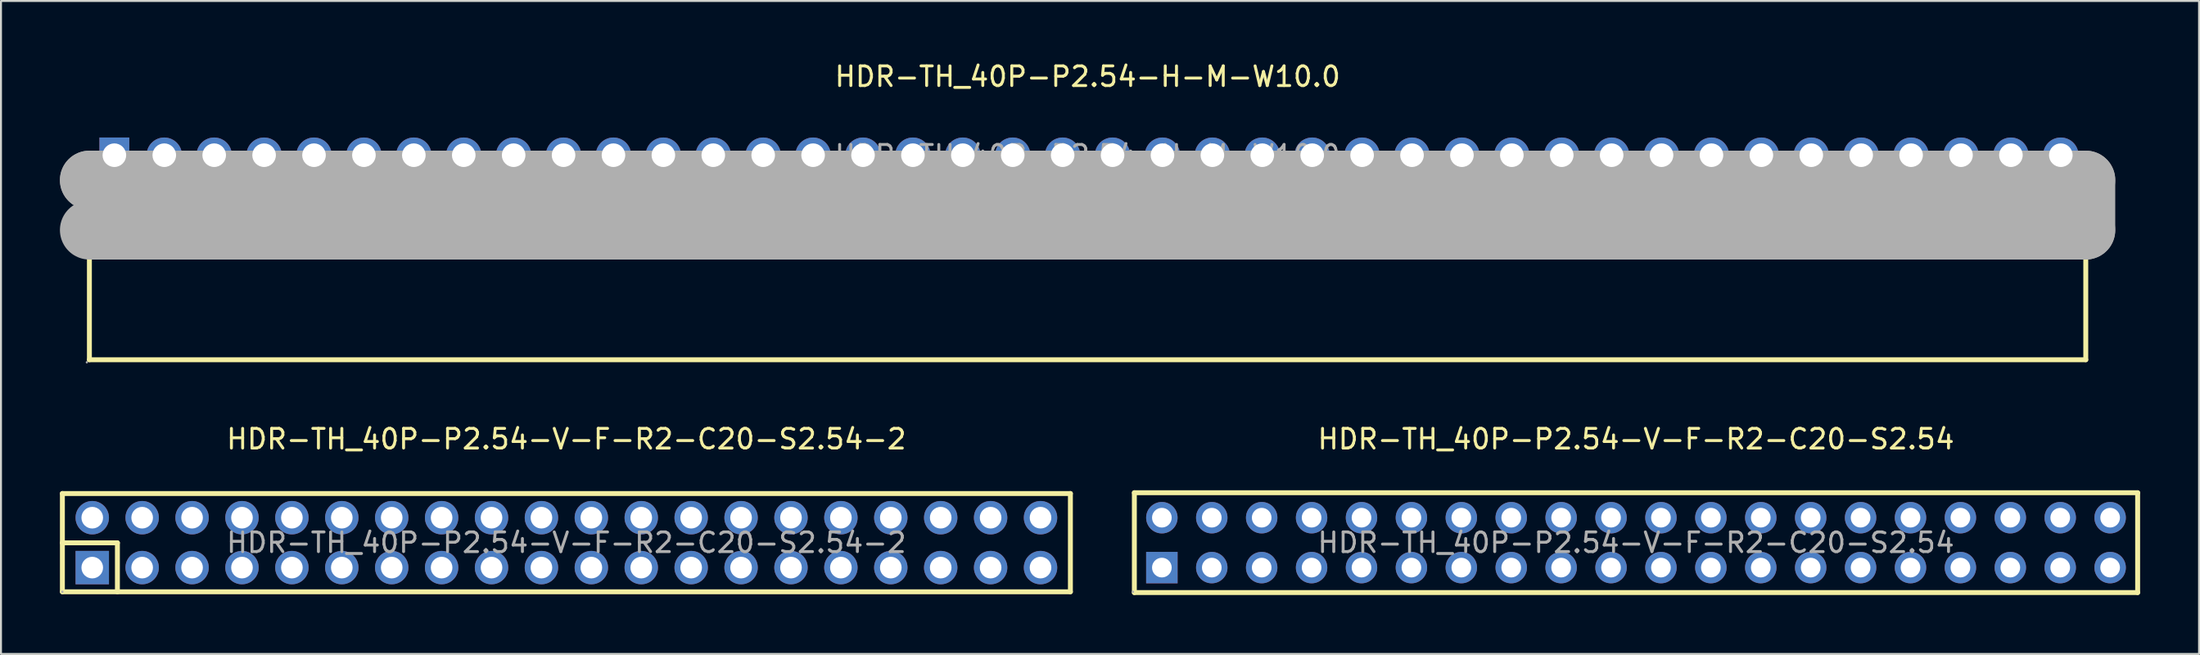
<source format=kicad_pcb>
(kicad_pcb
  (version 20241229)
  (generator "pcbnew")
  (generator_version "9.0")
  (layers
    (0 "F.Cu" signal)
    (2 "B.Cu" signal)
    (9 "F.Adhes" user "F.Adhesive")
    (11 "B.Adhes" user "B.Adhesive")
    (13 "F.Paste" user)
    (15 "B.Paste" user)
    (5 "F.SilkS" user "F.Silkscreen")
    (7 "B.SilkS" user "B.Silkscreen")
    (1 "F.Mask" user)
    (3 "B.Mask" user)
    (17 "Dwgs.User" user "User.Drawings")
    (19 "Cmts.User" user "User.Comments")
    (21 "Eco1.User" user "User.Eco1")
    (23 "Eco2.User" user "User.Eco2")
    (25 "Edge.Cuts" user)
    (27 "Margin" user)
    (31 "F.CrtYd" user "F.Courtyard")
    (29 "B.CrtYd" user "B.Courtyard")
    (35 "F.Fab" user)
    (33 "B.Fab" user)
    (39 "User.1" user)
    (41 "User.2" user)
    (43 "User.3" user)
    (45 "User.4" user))
  (footprint "HDR-TH_40P-P2.54-V-F-R2-C20-S2.54-2"
    (layer "F.Cu")
    (at 25.775 24.567)
    (property "Reference" "HDR-TH_40P-P2.54-V-F-R2-C20-S2.54-2" (at 0 -5.27 0) (layer "F.SilkS") (effects (font (size 1 1) (thickness 0.15))))
    (attr through_hole)
    (fp_line (start -25.65 -2.5) (end -25.65 2.5) (stroke (width 0.25) (type solid)) (layer "F.SilkS"))
    (fp_line (start -25.65 0.01) (end -22.85 0.01) (stroke (width 0.25) (type solid)) (layer "F.SilkS"))
    (fp_line (start -25.65 2.5) (end 25.65 2.5) (stroke (width 0.25) (type solid)) (layer "F.SilkS"))
    (fp_line (start -22.85 0.01) (end -22.85 2.5) (stroke (width 0.25) (type solid)) (layer "F.SilkS"))
    (fp_line (start 25.65 -2.5) (end -25.65 -2.5) (stroke (width 0.25) (type solid)) (layer "F.SilkS"))
    (fp_line (start 25.65 2.5) (end 25.65 -2.5) (stroke (width 0.25) (type solid)) (layer "F.SilkS"))
    (fp_circle (center -25.65 2.5) (end -25.62 2.5) (stroke (width 0.06) (type solid)) (fill no) (layer "F.Fab"))
    (fp_text user "${REFERENCE}" (at 0 0 0) (layer "F.Fab") (effects (font (size 1 1) (thickness 0.15))))
    (pad "1" thru_hole rect (at -24.13 1.27) (size 1.7 1.7) (drill 1.1) (layers "*.Cu" "*.Paste" "*.Mask"))
    (pad "2" thru_hole circle (at -24.13 -1.27) (size 1.7 1.7) (drill 1.1) (layers "*.Cu" "*.Paste" "*.Mask"))
    (pad "3" thru_hole circle (at -21.59 1.27) (size 1.7 1.7) (drill 1.1) (layers "*.Cu" "*.Paste" "*.Mask"))
    (pad "4" thru_hole circle (at -21.59 -1.27) (size 1.7 1.7) (drill 1.1) (layers "*.Cu" "*.Paste" "*.Mask"))
    (pad "5" thru_hole circle (at -19.05 1.27) (size 1.7 1.7) (drill 1.1) (layers "*.Cu" "*.Paste" "*.Mask"))
    (pad "6" thru_hole circle (at -19.05 -1.27) (size 1.7 1.7) (drill 1.1) (layers "*.Cu" "*.Paste" "*.Mask"))
    (pad "7" thru_hole circle (at -16.51 1.27) (size 1.7 1.7) (drill 1.1) (layers "*.Cu" "*.Paste" "*.Mask"))
    (pad "8" thru_hole circle (at -16.51 -1.27) (size 1.7 1.7) (drill 1.1) (layers "*.Cu" "*.Paste" "*.Mask"))
    (pad "9" thru_hole circle (at -13.97 1.27) (size 1.7 1.7) (drill 1.1) (layers "*.Cu" "*.Paste" "*.Mask"))
    (pad "10" thru_hole circle (at -13.97 -1.27) (size 1.7 1.7) (drill 1.1) (layers "*.Cu" "*.Paste" "*.Mask"))
    (pad "11" thru_hole circle (at -11.43 1.27) (size 1.7 1.7) (drill 1.1) (layers "*.Cu" "*.Paste" "*.Mask"))
    (pad "12" thru_hole circle (at -11.43 -1.27) (size 1.7 1.7) (drill 1.1) (layers "*.Cu" "*.Paste" "*.Mask"))
    (pad "13" thru_hole circle (at -8.89 1.27) (size 1.7 1.7) (drill 1.1) (layers "*.Cu" "*.Paste" "*.Mask"))
    (pad "14" thru_hole circle (at -8.89 -1.27) (size 1.7 1.7) (drill 1.1) (layers "*.Cu" "*.Paste" "*.Mask"))
    (pad "15" thru_hole circle (at -6.35 1.27) (size 1.7 1.7) (drill 1.1) (layers "*.Cu" "*.Paste" "*.Mask"))
    (pad "16" thru_hole circle (at -6.35 -1.27) (size 1.7 1.7) (drill 1.1) (layers "*.Cu" "*.Paste" "*.Mask"))
    (pad "17" thru_hole circle (at -3.81 1.27) (size 1.7 1.7) (drill 1.1) (layers "*.Cu" "*.Paste" "*.Mask"))
    (pad "18" thru_hole circle (at -3.81 -1.27) (size 1.7 1.7) (drill 1.1) (layers "*.Cu" "*.Paste" "*.Mask"))
    (pad "19" thru_hole circle (at -1.27 1.27) (size 1.7 1.7) (drill 1.1) (layers "*.Cu" "*.Paste" "*.Mask"))
    (pad "20" thru_hole circle (at -1.27 -1.27) (size 1.7 1.7) (drill 1.1) (layers "*.Cu" "*.Paste" "*.Mask"))
    (pad "21" thru_hole circle (at 1.27 1.27) (size 1.7 1.7) (drill 1.1) (layers "*.Cu" "*.Paste" "*.Mask"))
    (pad "22" thru_hole circle (at 1.27 -1.27) (size 1.7 1.7) (drill 1.1) (layers "*.Cu" "*.Paste" "*.Mask"))
    (pad "23" thru_hole circle (at 3.81 1.27) (size 1.7 1.7) (drill 1.1) (layers "*.Cu" "*.Paste" "*.Mask"))
    (pad "24" thru_hole circle (at 3.81 -1.27) (size 1.7 1.7) (drill 1.1) (layers "*.Cu" "*.Paste" "*.Mask"))
    (pad "25" thru_hole circle (at 6.35 1.27) (size 1.7 1.7) (drill 1.1) (layers "*.Cu" "*.Paste" "*.Mask"))
    (pad "26" thru_hole circle (at 6.35 -1.27) (size 1.7 1.7) (drill 1.1) (layers "*.Cu" "*.Paste" "*.Mask"))
    (pad "27" thru_hole circle (at 8.89 1.27) (size 1.7 1.7) (drill 1.1) (layers "*.Cu" "*.Paste" "*.Mask"))
    (pad "28" thru_hole circle (at 8.89 -1.27) (size 1.7 1.7) (drill 1.1) (layers "*.Cu" "*.Paste" "*.Mask"))
    (pad "29" thru_hole circle (at 11.43 1.27) (size 1.7 1.7) (drill 1.1) (layers "*.Cu" "*.Paste" "*.Mask"))
    (pad "30" thru_hole circle (at 11.43 -1.27) (size 1.7 1.7) (drill 1.1) (layers "*.Cu" "*.Paste" "*.Mask"))
    (pad "31" thru_hole circle (at 13.97 1.27) (size 1.7 1.7) (drill 1.1) (layers "*.Cu" "*.Paste" "*.Mask"))
    (pad "32" thru_hole circle (at 13.97 -1.27) (size 1.7 1.7) (drill 1.1) (layers "*.Cu" "*.Paste" "*.Mask"))
    (pad "33" thru_hole circle (at 16.51 1.27) (size 1.7 1.7) (drill 1.1) (layers "*.Cu" "*.Paste" "*.Mask"))
    (pad "34" thru_hole circle (at 16.51 -1.27) (size 1.7 1.7) (drill 1.1) (layers "*.Cu" "*.Paste" "*.Mask"))
    (pad "35" thru_hole circle (at 19.05 1.27) (size 1.7 1.7) (drill 1.1) (layers "*.Cu" "*.Paste" "*.Mask"))
    (pad "36" thru_hole circle (at 19.05 -1.27) (size 1.7 1.7) (drill 1.1) (layers "*.Cu" "*.Paste" "*.Mask"))
    (pad "37" thru_hole circle (at 21.59 1.27) (size 1.7 1.7) (drill 1.1) (layers "*.Cu" "*.Paste" "*.Mask"))
    (pad "38" thru_hole circle (at 21.59 -1.27) (size 1.7 1.7) (drill 1.1) (layers "*.Cu" "*.Paste" "*.Mask"))
    (pad "39" thru_hole circle (at 24.13 1.27) (size 1.7 1.7) (drill 1.1) (layers "*.Cu" "*.Paste" "*.Mask"))
    (pad "40" thru_hole circle (at 24.13 -1.27) (size 1.7 1.7) (drill 1.1) (layers "*.Cu" "*.Paste" "*.Mask")))
  (footprint "HDR-TH_40P-P2.54-V-F-R2-C20-S2.54"
    (layer "F.Cu")
    (at 80.21 24.567)
    (property "Reference" "HDR-TH_40P-P2.54-V-F-R2-C20-S2.54" (at 0 -5.27 0) (layer "F.SilkS") (effects (font (size 1 1) (thickness 0.15))))
    (attr through_hole)
    (fp_line (start -25.53 -2.54) (end -25.53 2.54) (stroke (width 0.25) (type solid)) (layer "F.SilkS"))
    (fp_line (start -25.53 -2.54) (end 25.53 -2.54) (stroke (width 0.25) (type solid)) (layer "F.SilkS"))
    (fp_line (start -25.53 2.54) (end 25.53 2.54) (stroke (width 0.25) (type solid)) (layer "F.SilkS"))
    (fp_line (start 25.53 -2.54) (end 25.53 2.54) (stroke (width 0.25) (type solid)) (layer "F.SilkS"))
    (fp_circle (center -25.6 2.5) (end -25.57 2.5) (stroke (width 0.06) (type solid)) (fill no) (layer "F.Fab"))
    (fp_text user "${REFERENCE}" (at 0 0 0) (layer "F.Fab") (effects (font (size 1 1) (thickness 0.15))))
    (pad "1" thru_hole rect (at -24.13 1.27) (size 1.6 1.6) (drill 1) (layers "*.Cu" "*.Paste" "*.Mask"))
    (pad "2" thru_hole circle (at -24.13 -1.27) (size 1.6 1.6) (drill 1) (layers "*.Cu" "*.Paste" "*.Mask"))
    (pad "3" thru_hole circle (at -21.59 1.27) (size 1.6 1.6) (drill 1) (layers "*.Cu" "*.Paste" "*.Mask"))
    (pad "4" thru_hole circle (at -21.59 -1.27) (size 1.6 1.6) (drill 1) (layers "*.Cu" "*.Paste" "*.Mask"))
    (pad "5" thru_hole circle (at -19.05 1.27) (size 1.6 1.6) (drill 1) (layers "*.Cu" "*.Paste" "*.Mask"))
    (pad "6" thru_hole circle (at -19.05 -1.27) (size 1.6 1.6) (drill 1) (layers "*.Cu" "*.Paste" "*.Mask"))
    (pad "7" thru_hole circle (at -16.51 1.27) (size 1.6 1.6) (drill 1) (layers "*.Cu" "*.Paste" "*.Mask"))
    (pad "8" thru_hole circle (at -16.51 -1.27) (size 1.6 1.6) (drill 1) (layers "*.Cu" "*.Paste" "*.Mask"))
    (pad "9" thru_hole circle (at -13.97 1.27) (size 1.6 1.6) (drill 1) (layers "*.Cu" "*.Paste" "*.Mask"))
    (pad "10" thru_hole circle (at -13.97 -1.27) (size 1.6 1.6) (drill 1) (layers "*.Cu" "*.Paste" "*.Mask"))
    (pad "11" thru_hole circle (at -11.43 1.27) (size 1.6 1.6) (drill 1) (layers "*.Cu" "*.Paste" "*.Mask"))
    (pad "12" thru_hole circle (at -11.43 -1.27) (size 1.6 1.6) (drill 1) (layers "*.Cu" "*.Paste" "*.Mask"))
    (pad "13" thru_hole circle (at -8.89 1.27) (size 1.6 1.6) (drill 1) (layers "*.Cu" "*.Paste" "*.Mask"))
    (pad "14" thru_hole circle (at -8.89 -1.27) (size 1.6 1.6) (drill 1) (layers "*.Cu" "*.Paste" "*.Mask"))
    (pad "15" thru_hole circle (at -6.35 1.27) (size 1.6 1.6) (drill 1) (layers "*.Cu" "*.Paste" "*.Mask"))
    (pad "16" thru_hole circle (at -6.35 -1.27) (size 1.6 1.6) (drill 1) (layers "*.Cu" "*.Paste" "*.Mask"))
    (pad "17" thru_hole circle (at -3.81 1.27) (size 1.6 1.6) (drill 1) (layers "*.Cu" "*.Paste" "*.Mask"))
    (pad "18" thru_hole circle (at -3.81 -1.27) (size 1.6 1.6) (drill 1) (layers "*.Cu" "*.Paste" "*.Mask"))
    (pad "19" thru_hole circle (at -1.27 1.27) (size 1.6 1.6) (drill 1) (layers "*.Cu" "*.Paste" "*.Mask"))
    (pad "20" thru_hole circle (at -1.27 -1.27) (size 1.6 1.6) (drill 1) (layers "*.Cu" "*.Paste" "*.Mask"))
    (pad "21" thru_hole circle (at 1.27 1.27) (size 1.6 1.6) (drill 1) (layers "*.Cu" "*.Paste" "*.Mask"))
    (pad "22" thru_hole circle (at 1.27 -1.27) (size 1.6 1.6) (drill 1) (layers "*.Cu" "*.Paste" "*.Mask"))
    (pad "23" thru_hole circle (at 3.81 1.27) (size 1.6 1.6) (drill 1) (layers "*.Cu" "*.Paste" "*.Mask"))
    (pad "24" thru_hole circle (at 3.81 -1.27) (size 1.6 1.6) (drill 1) (layers "*.Cu" "*.Paste" "*.Mask"))
    (pad "25" thru_hole circle (at 6.35 1.27) (size 1.6 1.6) (drill 1) (layers "*.Cu" "*.Paste" "*.Mask"))
    (pad "26" thru_hole circle (at 6.35 -1.27) (size 1.6 1.6) (drill 1) (layers "*.Cu" "*.Paste" "*.Mask"))
    (pad "27" thru_hole circle (at 8.89 1.27) (size 1.6 1.6) (drill 1) (layers "*.Cu" "*.Paste" "*.Mask"))
    (pad "28" thru_hole circle (at 8.89 -1.27) (size 1.6 1.6) (drill 1) (layers "*.Cu" "*.Paste" "*.Mask"))
    (pad "29" thru_hole circle (at 11.43 1.27) (size 1.6 1.6) (drill 1) (layers "*.Cu" "*.Paste" "*.Mask"))
    (pad "30" thru_hole circle (at 11.43 -1.27) (size 1.6 1.6) (drill 1) (layers "*.Cu" "*.Paste" "*.Mask"))
    (pad "31" thru_hole circle (at 13.97 1.27) (size 1.6 1.6) (drill 1) (layers "*.Cu" "*.Paste" "*.Mask"))
    (pad "32" thru_hole circle (at 13.97 -1.27) (size 1.6 1.6) (drill 1) (layers "*.Cu" "*.Paste" "*.Mask"))
    (pad "33" thru_hole circle (at 16.51 1.27) (size 1.6 1.6) (drill 1) (layers "*.Cu" "*.Paste" "*.Mask"))
    (pad "34" thru_hole circle (at 16.51 -1.27) (size 1.6 1.6) (drill 1) (layers "*.Cu" "*.Paste" "*.Mask"))
    (pad "35" thru_hole circle (at 19.05 1.27) (size 1.6 1.6) (drill 1) (layers "*.Cu" "*.Paste" "*.Mask"))
    (pad "36" thru_hole circle (at 19.05 -1.27) (size 1.6 1.6) (drill 1) (layers "*.Cu" "*.Paste" "*.Mask"))
    (pad "37" thru_hole circle (at 21.59 1.27) (size 1.6 1.6) (drill 1) (layers "*.Cu" "*.Paste" "*.Mask"))
    (pad "38" thru_hole circle (at 21.59 -1.27) (size 1.6 1.6) (drill 1) (layers "*.Cu" "*.Paste" "*.Mask"))
    (pad "39" thru_hole circle (at 24.13 1.27) (size 1.6 1.6) (drill 1) (layers "*.Cu" "*.Paste" "*.Mask"))
    (pad "40" thru_hole circle (at 24.13 -1.27) (size 1.6 1.6) (drill 1) (layers "*.Cu" "*.Paste" "*.Mask")))
  (footprint "HDR-TH_40P-P2.54-H-M-W10.0"
    (layer "F.Cu")
    (at 52.3 4.848)
    (property "Reference" "HDR-TH_40P-P2.54-H-M-W10.0" (at 0 -4 0) (layer "F.SilkS") (effects (font (size 1 1) (thickness 0.15))))
    (attr through_hole)
    (fp_line (start -50.8 1.27) (end 50.8 1.27) (stroke (width 0.25) (type solid)) (layer "F.SilkS"))
    (fp_line (start -50.8 10.41) (end -50.8 1.27) (stroke (width 0.25) (type solid)) (layer "F.SilkS"))
    (fp_line (start 50.8 1.27) (end 50.8 10.41) (stroke (width 0.25) (type solid)) (layer "F.SilkS"))
    (fp_line (start 50.8 10.41) (end -50.8 10.41) (stroke (width 0.25) (type solid)) (layer "F.SilkS"))
    (fp_line (start -50.8 1.27) (end -50.8 1.27) (stroke (width 3) (type solid)) (layer "F.Fab"))
    (fp_line (start -50.8 1.27) (end 50.8 1.27) (stroke (width 3) (type solid)) (layer "F.Fab"))
    (fp_line (start 50.8 1.27) (end 50.8 3.81) (stroke (width 3) (type solid)) (layer "F.Fab"))
    (fp_line (start 50.8 3.81) (end -50.8 3.81) (stroke (width 3) (type solid)) (layer "F.Fab"))
    (fp_circle (center -50.93 10.54) (end -50.9 10.54) (stroke (width 0.06) (type solid)) (fill no) (layer "F.Fab"))
    (fp_circle (center -49.53 0) (end -49.28 0) (stroke (width 0.5) (type solid)) (fill no) (layer "F.Fab"))
    (fp_circle (center -46.99 0) (end -46.74 0) (stroke (width 0.5) (type solid)) (fill no) (layer "F.Fab"))
    (fp_circle (center -44.45 0) (end -44.2 0) (stroke (width 0.5) (type solid)) (fill no) (layer "F.Fab"))
    (fp_circle (center -41.91 0) (end -41.66 0) (stroke (width 0.5) (type solid)) (fill no) (layer "F.Fab"))
    (fp_circle (center -39.37 0) (end -39.12 0) (stroke (width 0.5) (type solid)) (fill no) (layer "F.Fab"))
    (fp_circle (center -36.83 0) (end -36.58 0) (stroke (width 0.5) (type solid)) (fill no) (layer "F.Fab"))
    (fp_circle (center -34.29 0) (end -34.04 0) (stroke (width 0.5) (type solid)) (fill no) (layer "F.Fab"))
    (fp_circle (center -31.75 0) (end -31.5 0) (stroke (width 0.5) (type solid)) (fill no) (layer "F.Fab"))
    (fp_circle (center -29.21 0) (end -28.96 0) (stroke (width 0.5) (type solid)) (fill no) (layer "F.Fab"))
    (fp_circle (center -26.67 0) (end -26.42 0) (stroke (width 0.5) (type solid)) (fill no) (layer "F.Fab"))
    (fp_circle (center -24.13 0) (end -23.88 0) (stroke (width 0.5) (type solid)) (fill no) (layer "F.Fab"))
    (fp_circle (center -21.59 0) (end -21.34 0) (stroke (width 0.5) (type solid)) (fill no) (layer "F.Fab"))
    (fp_circle (center -19.05 0) (end -18.8 0) (stroke (width 0.5) (type solid)) (fill no) (layer "F.Fab"))
    (fp_circle (center -16.51 0) (end -16.26 0) (stroke (width 0.5) (type solid)) (fill no) (layer "F.Fab"))
    (fp_circle (center -13.97 0) (end -13.72 0) (stroke (width 0.5) (type solid)) (fill no) (layer "F.Fab"))
    (fp_circle (center -11.43 0) (end -11.18 0) (stroke (width 0.5) (type solid)) (fill no) (layer "F.Fab"))
    (fp_circle (center -8.89 0) (end -8.64 0) (stroke (width 0.5) (type solid)) (fill no) (layer "F.Fab"))
    (fp_circle (center -6.35 0) (end -6.1 0) (stroke (width 0.5) (type solid)) (fill no) (layer "F.Fab"))
    (fp_circle (center -3.81 0) (end -3.56 0) (stroke (width 0.5) (type solid)) (fill no) (layer "F.Fab"))
    (fp_circle (center -1.27 0) (end -1.02 0) (stroke (width 0.5) (type solid)) (fill no) (layer "F.Fab"))
    (fp_circle (center 1.27 0) (end 1.52 0) (stroke (width 0.5) (type solid)) (fill no) (layer "F.Fab"))
    (fp_circle (center 3.81 0) (end 4.06 0) (stroke (width 0.5) (type solid)) (fill no) (layer "F.Fab"))
    (fp_circle (center 6.35 0) (end 6.6 0) (stroke (width 0.5) (type solid)) (fill no) (layer "F.Fab"))
    (fp_circle (center 8.89 0) (end 9.14 0) (stroke (width 0.5) (type solid)) (fill no) (layer "F.Fab"))
    (fp_circle (center 11.43 0) (end 11.68 0) (stroke (width 0.5) (type solid)) (fill no) (layer "F.Fab"))
    (fp_circle (center 13.97 0) (end 14.22 0) (stroke (width 0.5) (type solid)) (fill no) (layer "F.Fab"))
    (fp_circle (center 16.51 0) (end 16.76 0) (stroke (width 0.5) (type solid)) (fill no) (layer "F.Fab"))
    (fp_circle (center 19.05 0) (end 19.3 0) (stroke (width 0.5) (type solid)) (fill no) (layer "F.Fab"))
    (fp_circle (center 21.59 0) (end 21.84 0) (stroke (width 0.5) (type solid)) (fill no) (layer "F.Fab"))
    (fp_circle (center 24.13 0) (end 24.38 0) (stroke (width 0.5) (type solid)) (fill no) (layer "F.Fab"))
    (fp_circle (center 26.67 0) (end 26.92 0) (stroke (width 0.5) (type solid)) (fill no) (layer "F.Fab"))
    (fp_circle (center 29.21 0) (end 29.46 0) (stroke (width 0.5) (type solid)) (fill no) (layer "F.Fab"))
    (fp_circle (center 31.75 0) (end 32 0) (stroke (width 0.5) (type solid)) (fill no) (layer "F.Fab"))
    (fp_circle (center 34.29 0) (end 34.54 0) (stroke (width 0.5) (type solid)) (fill no) (layer "F.Fab"))
    (fp_circle (center 36.83 0) (end 37.08 0) (stroke (width 0.5) (type solid)) (fill no) (layer "F.Fab"))
    (fp_circle (center 39.37 0) (end 39.62 0) (stroke (width 0.5) (type solid)) (fill no) (layer "F.Fab"))
    (fp_circle (center 41.91 0) (end 42.16 0) (stroke (width 0.5) (type solid)) (fill no) (layer "F.Fab"))
    (fp_circle (center 44.45 0) (end 44.7 0) (stroke (width 0.5) (type solid)) (fill no) (layer "F.Fab"))
    (fp_circle (center 46.99 0) (end 47.24 0) (stroke (width 0.5) (type solid)) (fill no) (layer "F.Fab"))
    (fp_circle (center 49.53 0) (end 49.78 0) (stroke (width 0.5) (type solid)) (fill no) (layer "F.Fab"))
    (fp_text user "${REFERENCE}" (at 0 0 0) (layer "F.Fab") (effects (font (size 1 1) (thickness 0.15))))
    (pad "1" thru_hole rect (at -49.53 0) (size 1.52 1.8) (drill 1.2) (layers "*.Cu" "*.Paste" "*.Mask"))
    (pad "2" thru_hole circle (at -46.99 0) (size 1.8 1.8) (drill 1.2) (layers "*.Cu" "*.Paste" "*.Mask"))
    (pad "3" thru_hole circle (at -44.45 0) (size 1.8 1.8) (drill 1.2) (layers "*.Cu" "*.Paste" "*.Mask"))
    (pad "4" thru_hole circle (at -41.91 0) (size 1.8 1.8) (drill 1.2) (layers "*.Cu" "*.Paste" "*.Mask"))
    (pad "5" thru_hole circle (at -39.37 0) (size 1.8 1.8) (drill 1.2) (layers "*.Cu" "*.Paste" "*.Mask"))
    (pad "6" thru_hole circle (at -36.83 0) (size 1.8 1.8) (drill 1.2) (layers "*.Cu" "*.Paste" "*.Mask"))
    (pad "7" thru_hole circle (at -34.29 0) (size 1.8 1.8) (drill 1.2) (layers "*.Cu" "*.Paste" "*.Mask"))
    (pad "8" thru_hole circle (at -31.75 0) (size 1.8 1.8) (drill 1.2) (layers "*.Cu" "*.Paste" "*.Mask"))
    (pad "9" thru_hole circle (at -29.21 0) (size 1.8 1.8) (drill 1.2) (layers "*.Cu" "*.Paste" "*.Mask"))
    (pad "10" thru_hole circle (at -26.67 0) (size 1.8 1.8) (drill 1.2) (layers "*.Cu" "*.Paste" "*.Mask"))
    (pad "11" thru_hole circle (at -24.13 0) (size 1.8 1.8) (drill 1.2) (layers "*.Cu" "*.Paste" "*.Mask"))
    (pad "12" thru_hole circle (at -21.59 0) (size 1.8 1.8) (drill 1.2) (layers "*.Cu" "*.Paste" "*.Mask"))
    (pad "13" thru_hole circle (at -19.05 0) (size 1.8 1.8) (drill 1.2) (layers "*.Cu" "*.Paste" "*.Mask"))
    (pad "14" thru_hole circle (at -16.51 0) (size 1.8 1.8) (drill 1.2) (layers "*.Cu" "*.Paste" "*.Mask"))
    (pad "15" thru_hole circle (at -13.97 0) (size 1.8 1.8) (drill 1.2) (layers "*.Cu" "*.Paste" "*.Mask"))
    (pad "16" thru_hole circle (at -11.43 0) (size 1.8 1.8) (drill 1.2) (layers "*.Cu" "*.Paste" "*.Mask"))
    (pad "17" thru_hole circle (at -8.89 0) (size 1.8 1.8) (drill 1.2) (layers "*.Cu" "*.Paste" "*.Mask"))
    (pad "18" thru_hole circle (at -6.35 0) (size 1.8 1.8) (drill 1.2) (layers "*.Cu" "*.Paste" "*.Mask"))
    (pad "19" thru_hole circle (at -3.81 0) (size 1.8 1.8) (drill 1.2) (layers "*.Cu" "*.Paste" "*.Mask"))
    (pad "20" thru_hole circle (at -1.27 0) (size 1.8 1.8) (drill 1.2) (layers "*.Cu" "*.Paste" "*.Mask"))
    (pad "21" thru_hole circle (at 1.27 0) (size 1.8 1.8) (drill 1.2) (layers "*.Cu" "*.Paste" "*.Mask"))
    (pad "22" thru_hole circle (at 3.81 0) (size 1.8 1.8) (drill 1.2) (layers "*.Cu" "*.Paste" "*.Mask"))
    (pad "23" thru_hole circle (at 6.35 0) (size 1.8 1.8) (drill 1.2) (layers "*.Cu" "*.Paste" "*.Mask"))
    (pad "24" thru_hole circle (at 8.89 0) (size 1.8 1.8) (drill 1.2) (layers "*.Cu" "*.Paste" "*.Mask"))
    (pad "25" thru_hole circle (at 11.43 0) (size 1.8 1.8) (drill 1.2) (layers "*.Cu" "*.Paste" "*.Mask"))
    (pad "26" thru_hole circle (at 13.97 0) (size 1.8 1.8) (drill 1.2) (layers "*.Cu" "*.Paste" "*.Mask"))
    (pad "27" thru_hole circle (at 16.51 0) (size 1.8 1.8) (drill 1.2) (layers "*.Cu" "*.Paste" "*.Mask"))
    (pad "28" thru_hole circle (at 19.05 0) (size 1.8 1.8) (drill 1.2) (layers "*.Cu" "*.Paste" "*.Mask"))
    (pad "29" thru_hole circle (at 21.59 0) (size 1.8 1.8) (drill 1.2) (layers "*.Cu" "*.Paste" "*.Mask"))
    (pad "30" thru_hole circle (at 24.13 0) (size 1.8 1.8) (drill 1.2) (layers "*.Cu" "*.Paste" "*.Mask"))
    (pad "31" thru_hole circle (at 26.67 0) (size 1.8 1.8) (drill 1.2) (layers "*.Cu" "*.Paste" "*.Mask"))
    (pad "32" thru_hole circle (at 29.21 0) (size 1.8 1.8) (drill 1.2) (layers "*.Cu" "*.Paste" "*.Mask"))
    (pad "33" thru_hole circle (at 31.75 0) (size 1.8 1.8) (drill 1.2) (layers "*.Cu" "*.Paste" "*.Mask"))
    (pad "34" thru_hole circle (at 34.29 0) (size 1.8 1.8) (drill 1.2) (layers "*.Cu" "*.Paste" "*.Mask"))
    (pad "35" thru_hole circle (at 36.83 0) (size 1.8 1.8) (drill 1.2) (layers "*.Cu" "*.Paste" "*.Mask"))
    (pad "36" thru_hole circle (at 39.37 0) (size 1.8 1.8) (drill 1.2) (layers "*.Cu" "*.Paste" "*.Mask"))
    (pad "37" thru_hole circle (at 41.91 0) (size 1.8 1.8) (drill 1.2) (layers "*.Cu" "*.Paste" "*.Mask"))
    (pad "38" thru_hole circle (at 44.45 0) (size 1.8 1.8) (drill 1.2) (layers "*.Cu" "*.Paste" "*.Mask"))
    (pad "39" thru_hole circle (at 46.99 0) (size 1.8 1.8) (drill 1.2) (layers "*.Cu" "*.Paste" "*.Mask"))
    (pad "40" thru_hole circle (at 49.53 0) (size 1.8 1.8) (drill 1.2) (layers "*.Cu" "*.Paste" "*.Mask")))
  (gr_rect
    (start -3 -3)
    (end 108.865 30.232)
    (stroke (width 0.1) (type default))
    (fill no)
    (layer "Edge.Cuts")))
</source>
